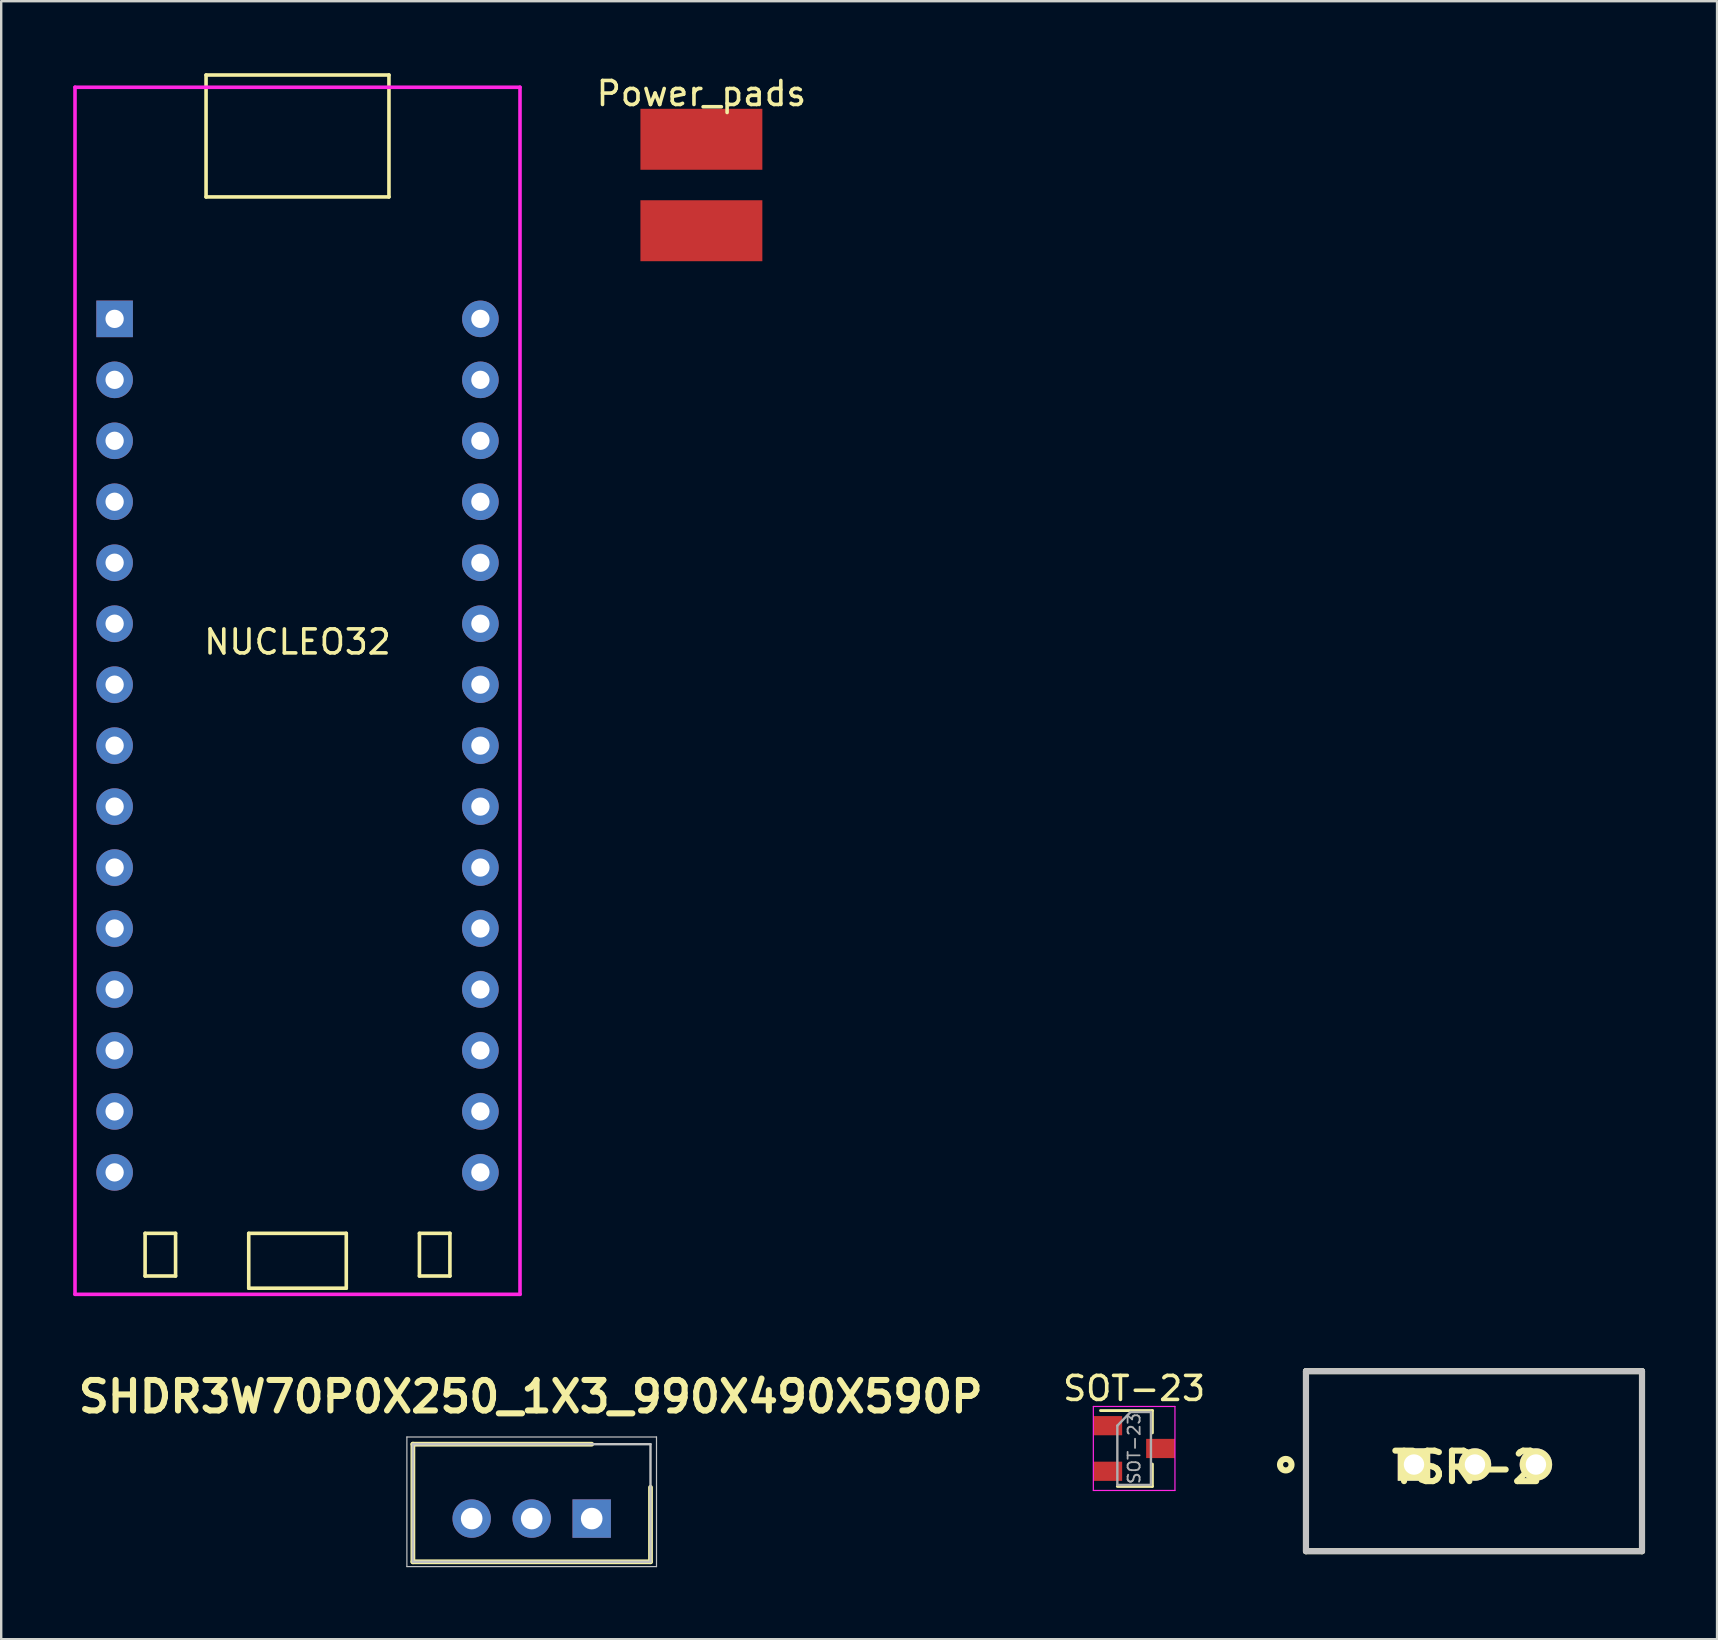
<source format=kicad_pcb>
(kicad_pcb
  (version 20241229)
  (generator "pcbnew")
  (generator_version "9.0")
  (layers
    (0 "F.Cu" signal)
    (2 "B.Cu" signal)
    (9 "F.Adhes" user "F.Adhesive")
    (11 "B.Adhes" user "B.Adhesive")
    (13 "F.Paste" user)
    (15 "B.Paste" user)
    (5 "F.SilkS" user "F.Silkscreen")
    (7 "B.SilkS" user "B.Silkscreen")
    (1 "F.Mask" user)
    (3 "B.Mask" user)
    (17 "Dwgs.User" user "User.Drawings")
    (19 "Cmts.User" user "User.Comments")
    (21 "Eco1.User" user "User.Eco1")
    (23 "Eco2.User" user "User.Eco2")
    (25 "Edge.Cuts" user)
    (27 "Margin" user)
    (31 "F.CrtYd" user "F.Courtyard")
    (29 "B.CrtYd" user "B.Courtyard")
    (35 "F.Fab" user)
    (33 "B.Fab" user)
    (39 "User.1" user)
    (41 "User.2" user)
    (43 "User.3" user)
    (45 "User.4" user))
  (footprint "SOT-23"
    (layer "F.Cu")
    (at 44.202 57.298)
    (property "Reference" "SOT-23" (at 0 -2.5 0) (layer "F.SilkS") (effects (font (size 1 1) (thickness 0.15))))
    (attr smd)
    (fp_line (start 0.76 -1.58) (end -1.4 -1.58) (stroke (width 0.12) (type solid)) (layer "F.SilkS"))
    (fp_line (start 0.76 -1.58) (end 0.76 -0.65) (stroke (width 0.12) (type solid)) (layer "F.SilkS"))
    (fp_line (start 0.76 1.58) (end -0.7 1.58) (stroke (width 0.12) (type solid)) (layer "F.SilkS"))
    (fp_line (start 0.76 1.58) (end 0.76 0.65) (stroke (width 0.12) (type solid)) (layer "F.SilkS"))
    (fp_line (start -1.7 -1.75) (end 1.7 -1.75) (stroke (width 0.05) (type solid)) (layer "F.CrtYd"))
    (fp_line (start -1.7 1.75) (end -1.7 -1.75) (stroke (width 0.05) (type solid)) (layer "F.CrtYd"))
    (fp_line (start 1.7 -1.75) (end 1.7 1.75) (stroke (width 0.05) (type solid)) (layer "F.CrtYd"))
    (fp_line (start 1.7 1.75) (end -1.7 1.75) (stroke (width 0.05) (type solid)) (layer "F.CrtYd"))
    (fp_line (start -0.7 -0.95) (end -0.7 1.5) (stroke (width 0.1) (type solid)) (layer "F.Fab"))
    (fp_line (start -0.7 -0.95) (end -0.15 -1.52) (stroke (width 0.1) (type solid)) (layer "F.Fab"))
    (fp_line (start -0.7 1.52) (end 0.7 1.52) (stroke (width 0.1) (type solid)) (layer "F.Fab"))
    (fp_line (start -0.15 -1.52) (end 0.7 -1.52) (stroke (width 0.1) (type solid)) (layer "F.Fab"))
    (fp_line (start 0.7 -1.52) (end 0.7 1.52) (stroke (width 0.1) (type solid)) (layer "F.Fab"))
    (fp_text user "${REFERENCE}" (at 0 0 90) (layer "F.Fab") (effects (font (size 0.5 0.5) (thickness 0.075))))
    (pad "1" smd rect (at -1.1 -0.95) (size 1.2 0.8) (layers "F.Cu" "F.Mask" "F.Paste"))
    (pad "2" smd rect (at -1.1 0.95) (size 1.2 0.8) (layers "F.Cu" "F.Mask" "F.Paste"))
    (pad "3" smd rect (at 1.1 0) (size 1.2 0.8) (layers "F.Cu" "F.Mask" "F.Paste")))
  (footprint "Power_pads"
    (layer "F.Cu")
    (at 26.172 4.658)
    (property "Reference" "Power_pads" (at 0 -3.81 0) (layer "F.SilkS") (effects (font (size 1 1) (thickness 0.15))))
    (attr through_hole)
    (pad "1" smd rect (at 0 -1.905) (size 5.08 2.54) (layers "F.Cu" "F.Mask" "F.Paste"))
    (pad "2" smd rect (at 0 1.905) (size 5.08 2.54) (layers "F.Cu" "F.Mask" "F.Paste")))
  (footprint "SHDR3W70P0X250_1X3_990X490X590P"
    (layer "F.Cu")
    (at 21.602 60.219)
    (property "Reference" "SHDR3W70P0X250_1X3_990X490X590P" (at -2.54 -5.08 0) (layer "F.SilkS") (effects (font (size 1.27 1.27) (thickness 0.254))))
    (attr through_hole)
    (fp_line (start -7.45 -3.1) (end -7.45 1.8) (stroke (width 0.2) (type solid)) (layer "F.SilkS"))
    (fp_line (start -7.45 1.8) (end 2.45 1.8) (stroke (width 0.2) (type solid)) (layer "F.SilkS"))
    (fp_line (start 0 -3.1) (end -7.45 -3.1) (stroke (width 0.2) (type solid)) (layer "F.SilkS"))
    (fp_line (start 2.45 1.8) (end 2.45 -1.3) (stroke (width 0.2) (type solid)) (layer "F.SilkS"))
    (fp_line (start -7.7 -3.4) (end -7.7 2) (stroke (width 0.05) (type solid)) (layer "Dwgs.User"))
    (fp_line (start -7.7 2) (end 2.7 2) (stroke (width 0.05) (type solid)) (layer "Dwgs.User"))
    (fp_line (start -7.45 -3.1) (end -7.45 1.8) (stroke (width 0.1) (type solid)) (layer "Dwgs.User"))
    (fp_line (start -7.45 1.8) (end 2.45 1.8) (stroke (width 0.1) (type solid)) (layer "Dwgs.User"))
    (fp_line (start 2.45 -3.1) (end -7.45 -3.1) (stroke (width 0.1) (type solid)) (layer "Dwgs.User"))
    (fp_line (start 2.45 1.8) (end 2.45 -3.1) (stroke (width 0.1) (type solid)) (layer "Dwgs.User"))
    (fp_line (start 2.7 -3.4) (end -7.7 -3.4) (stroke (width 0.05) (type solid)) (layer "Dwgs.User"))
    (fp_line (start 2.7 2) (end 2.7 -3.4) (stroke (width 0.05) (type solid)) (layer "Dwgs.User"))
    (pad "1" thru_hole rect (at 0 0 90) (size 1.6 1.6) (drill 0.9) (layers "*.Cu" "*.Mask"))
    (pad "2" thru_hole circle (at -2.5 0 90) (size 1.6 1.6) (drill 0.9) (layers "*.Cu" "*.Mask"))
    (pad "3" thru_hole circle (at -5 0 90) (size 1.6 1.6) (drill 0.9) (layers "*.Cu" "*.Mask")))
  (footprint "TSR-2"
    (layer "F.Cu")
    (at 55.861 57.967)
    (property "Reference" "TSR-2" (at 2.217 0.117 0) (layer "F.SilkS") (effects (font (size 1.27 1.27) (thickness 0.254))))
    (attr through_hole)
    (fp_line (start -4.5 -3.89) (end 9.5 -3.89) (stroke (width 0.254) (type solid)) (layer "F.SilkS"))
    (fp_line (start -4.5 3.61) (end -4.5 -3.89) (stroke (width 0.254) (type solid)) (layer "F.SilkS"))
    (fp_line (start 9.5 -3.89) (end 9.5 3.61) (stroke (width 0.254) (type solid)) (layer "F.SilkS"))
    (fp_line (start 9.5 3.61) (end -4.5 3.61) (stroke (width 0.254) (type solid)) (layer "F.SilkS"))
    (fp_circle (center -5.342 0.006) (end -5.455 0.006) (stroke (width 0.254) (type solid)) (fill no) (layer "F.SilkS"))
    (fp_line (start -4.5 -3.89) (end 9.5 -3.89) (stroke (width 0.254) (type solid)) (layer "Dwgs.User"))
    (fp_line (start -4.5 3.61) (end -4.5 -3.89) (stroke (width 0.254) (type solid)) (layer "Dwgs.User"))
    (fp_line (start 9.5 -3.89) (end 9.5 3.61) (stroke (width 0.254) (type solid)) (layer "Dwgs.User"))
    (fp_line (start 9.5 3.61) (end -4.5 3.61) (stroke (width 0.254) (type solid)) (layer "Dwgs.User"))
    (pad "1" thru_hole rect (at 0 0 90) (size 1.35 1.35) (drill 0.85) (layers "*.Cu" "*.Mask" "F.SilkS"))
    (pad "2" thru_hole circle (at 2.54 0 90) (size 1.35 1.35) (drill 0.85) (layers "*.Cu" "*.Mask" "F.SilkS"))
    (pad "3" thru_hole circle (at 5.08 0 90) (size 1.35 1.35) (drill 0.85) (layers "*.Cu" "*.Mask" "F.SilkS")))
  (footprint "NUCLEO32"
    (layer "F.Cu")
    (at 9.345 28.015)
    (property "Reference" "NUCLEO32" (at 0 -4.318 0) (layer "F.SilkS") (effects (font (size 1 1) (thickness 0.15))))
    (attr through_hole)
    (fp_line (start -6.35 20.32) (end -6.35 22.098) (stroke (width 0.15) (type solid)) (layer "F.SilkS"))
    (fp_line (start -6.35 22.098) (end -5.08 22.098) (stroke (width 0.15) (type solid)) (layer "F.SilkS"))
    (fp_line (start -5.08 20.32) (end -6.35 20.32) (stroke (width 0.15) (type solid)) (layer "F.SilkS"))
    (fp_line (start -5.08 22.098) (end -5.08 20.32) (stroke (width 0.15) (type solid)) (layer "F.SilkS"))
    (fp_line (start -3.81 -27.94) (end 3.81 -27.94) (stroke (width 0.15) (type solid)) (layer "F.SilkS"))
    (fp_line (start -3.81 -22.86) (end -3.81 -27.94) (stroke (width 0.15) (type solid)) (layer "F.SilkS"))
    (fp_line (start -2.032 20.32) (end 2.032 20.32) (stroke (width 0.15) (type solid)) (layer "F.SilkS"))
    (fp_line (start -2.032 22.606) (end -2.032 20.32) (stroke (width 0.15) (type solid)) (layer "F.SilkS"))
    (fp_line (start 2.032 20.32) (end 2.032 22.606) (stroke (width 0.15) (type solid)) (layer "F.SilkS"))
    (fp_line (start 2.032 22.606) (end -2.032 22.606) (stroke (width 0.15) (type solid)) (layer "F.SilkS"))
    (fp_line (start 3.81 -27.94) (end 3.81 -22.86) (stroke (width 0.15) (type solid)) (layer "F.SilkS"))
    (fp_line (start 3.81 -22.86) (end -3.81 -22.86) (stroke (width 0.15) (type solid)) (layer "F.SilkS"))
    (fp_line (start 5.08 20.32) (end 5.08 22.098) (stroke (width 0.15) (type solid)) (layer "F.SilkS"))
    (fp_line (start 5.08 22.098) (end 6.35 22.098) (stroke (width 0.15) (type solid)) (layer "F.SilkS"))
    (fp_line (start 6.35 20.32) (end 5.08 20.32) (stroke (width 0.15) (type solid)) (layer "F.SilkS"))
    (fp_line (start 6.35 22.098) (end 6.35 20.32) (stroke (width 0.15) (type solid)) (layer "F.SilkS"))
    (fp_line (start -9.27 -27.43) (end -9.27 22.86) (stroke (width 0.15) (type solid)) (layer "F.CrtYd"))
    (fp_line (start -9.27 22.86) (end 9.27 22.86) (stroke (width 0.15) (type solid)) (layer "F.CrtYd"))
    (fp_line (start 9.27 -27.43) (end -9.27 -27.43) (stroke (width 0.15) (type solid)) (layer "F.CrtYd"))
    (fp_line (start 9.27 22.86) (end 9.27 -27.43) (stroke (width 0.15) (type solid)) (layer "F.CrtYd"))
    (pad "1" thru_hole rect (at -7.62 -17.78) (size 1.524 1.524) (drill 0.762) (layers "*.Cu" "*.Mask"))
    (pad "2" thru_hole circle (at -7.62 -15.24) (size 1.524 1.524) (drill 0.762) (layers "*.Cu" "*.Mask"))
    (pad "3" thru_hole circle (at -7.62 -12.7) (size 1.524 1.524) (drill 0.762) (layers "*.Cu" "*.Mask"))
    (pad "4" thru_hole circle (at -7.62 -10.16) (size 1.524 1.524) (drill 0.762) (layers "*.Cu" "*.Mask"))
    (pad "5" thru_hole circle (at -7.62 -7.62) (size 1.524 1.524) (drill 0.762) (layers "*.Cu" "*.Mask"))
    (pad "6" thru_hole circle (at -7.62 -5.08) (size 1.524 1.524) (drill 0.762) (layers "*.Cu" "*.Mask"))
    (pad "7" thru_hole circle (at -7.62 -2.54) (size 1.524 1.524) (drill 0.762) (layers "*.Cu" "*.Mask"))
    (pad "8" thru_hole circle (at -7.62 0) (size 1.524 1.524) (drill 0.762) (layers "*.Cu" "*.Mask"))
    (pad "9" thru_hole circle (at -7.62 2.54) (size 1.524 1.524) (drill 0.762) (layers "*.Cu" "*.Mask"))
    (pad "10" thru_hole circle (at -7.62 5.08) (size 1.524 1.524) (drill 0.762) (layers "*.Cu" "*.Mask"))
    (pad "11" thru_hole circle (at -7.62 7.62) (size 1.524 1.524) (drill 0.762) (layers "*.Cu" "*.Mask"))
    (pad "12" thru_hole circle (at -7.62 10.16) (size 1.524 1.524) (drill 0.762) (layers "*.Cu" "*.Mask"))
    (pad "13" thru_hole circle (at -7.62 12.7) (size 1.524 1.524) (drill 0.762) (layers "*.Cu" "*.Mask"))
    (pad "14" thru_hole circle (at -7.62 15.24) (size 1.524 1.524) (drill 0.762) (layers "*.Cu" "*.Mask"))
    (pad "15" thru_hole circle (at -7.62 17.78) (size 1.524 1.524) (drill 0.762) (layers "*.Cu" "*.Mask"))
    (pad "16" thru_hole circle (at 7.62 17.78) (size 1.524 1.524) (drill 0.762) (layers "*.Cu" "*.Mask"))
    (pad "17" thru_hole circle (at 7.62 15.24) (size 1.524 1.524) (drill 0.762) (layers "*.Cu" "*.Mask"))
    (pad "18" thru_hole circle (at 7.62 12.7) (size 1.524 1.524) (drill 0.762) (layers "*.Cu" "*.Mask"))
    (pad "19" thru_hole circle (at 7.62 10.16) (size 1.524 1.524) (drill 0.762) (layers "*.Cu" "*.Mask"))
    (pad "20" thru_hole circle (at 7.62 7.62) (size 1.524 1.524) (drill 0.762) (layers "*.Cu" "*.Mask"))
    (pad "21" thru_hole circle (at 7.62 5.08) (size 1.524 1.524) (drill 0.762) (layers "*.Cu" "*.Mask"))
    (pad "22" thru_hole circle (at 7.62 2.54) (size 1.524 1.524) (drill 0.762) (layers "*.Cu" "*.Mask"))
    (pad "23" thru_hole circle (at 7.62 0) (size 1.524 1.524) (drill 0.762) (layers "*.Cu" "*.Mask"))
    (pad "24" thru_hole circle (at 7.62 -2.54) (size 1.524 1.524) (drill 0.762) (layers "*.Cu" "*.Mask"))
    (pad "25" thru_hole circle (at 7.62 -5.08) (size 1.524 1.524) (drill 0.762) (layers "*.Cu" "*.Mask"))
    (pad "26" thru_hole circle (at 7.62 -7.62) (size 1.524 1.524) (drill 0.762) (layers "*.Cu" "*.Mask"))
    (pad "27" thru_hole circle (at 7.62 -10.16) (size 1.524 1.524) (drill 0.762) (layers "*.Cu" "*.Mask"))
    (pad "28" thru_hole circle (at 7.62 -12.7) (size 1.524 1.524) (drill 0.762) (layers "*.Cu" "*.Mask"))
    (pad "29" thru_hole circle (at 7.62 -15.24) (size 1.524 1.524) (drill 0.762) (layers "*.Cu" "*.Mask"))
    (pad "30" thru_hole circle (at 7.62 -17.78) (size 1.524 1.524) (drill 0.762) (layers "*.Cu" "*.Mask")))
  (gr_rect
    (start -3 -3)
    (end 68.488 65.244)
    (stroke (width 0.1) (type default))
    (fill no)
    (layer "Edge.Cuts")))
</source>
